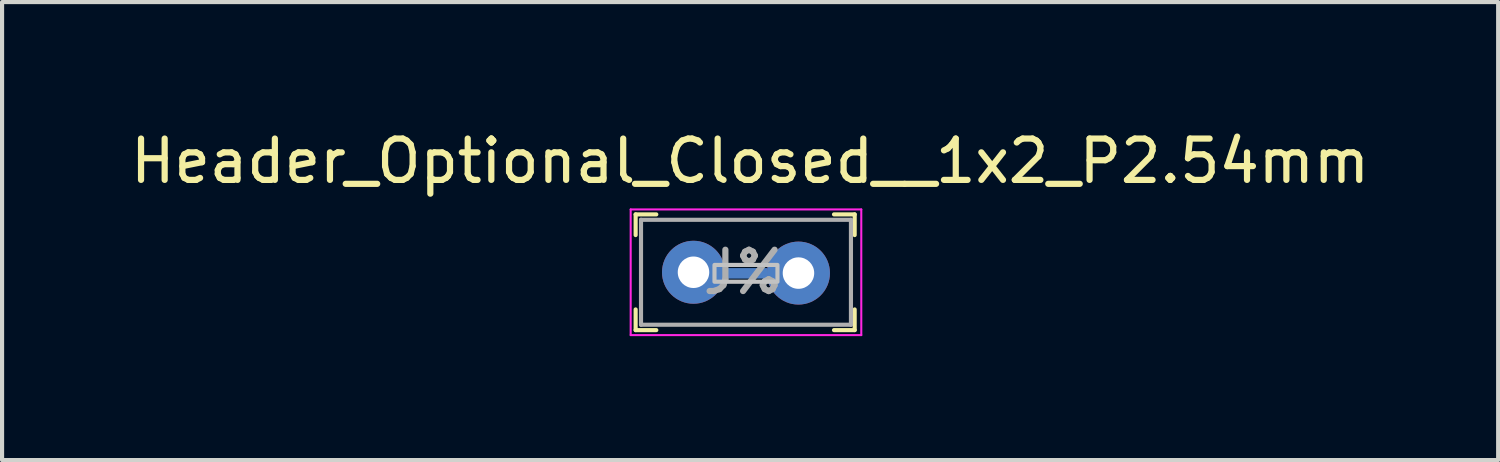
<source format=kicad_pcb>
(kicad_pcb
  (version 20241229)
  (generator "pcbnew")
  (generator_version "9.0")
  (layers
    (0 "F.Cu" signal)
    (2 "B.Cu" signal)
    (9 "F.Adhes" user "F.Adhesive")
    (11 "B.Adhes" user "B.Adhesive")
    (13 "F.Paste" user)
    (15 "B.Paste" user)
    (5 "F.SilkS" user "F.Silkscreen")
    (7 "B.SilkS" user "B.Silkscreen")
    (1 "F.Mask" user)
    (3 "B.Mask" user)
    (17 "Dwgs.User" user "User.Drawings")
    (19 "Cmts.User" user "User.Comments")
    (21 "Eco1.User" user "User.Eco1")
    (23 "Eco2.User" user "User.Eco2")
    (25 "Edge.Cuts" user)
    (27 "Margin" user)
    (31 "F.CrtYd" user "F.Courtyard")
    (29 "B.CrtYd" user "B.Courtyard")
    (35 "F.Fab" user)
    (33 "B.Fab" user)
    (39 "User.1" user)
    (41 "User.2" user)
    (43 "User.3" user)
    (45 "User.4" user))
  (footprint "Header_Optional_Closed__1x2_P2.54mm"
    (layer "F.Cu")
    (at 20.208 2.497)
    (property "Reference" "Header_Optional_Closed__1x2_P2.54mm" (at -5.107 -1.649 0) (layer "F.SilkS") (effects (font (size 1 1) (thickness 0.15))))
    (attr through_hole)
    (fp_line (start -7.877 -0.359) (end -7.877 0.141) (stroke (width 0.1) (type solid)) (layer "F.SilkS"))
    (fp_line (start -7.877 -0.359) (end -7.377 -0.359) (stroke (width 0.1) (type solid)) (layer "F.SilkS"))
    (fp_line (start -7.877 2.441) (end -7.877 1.941) (stroke (width 0.1) (type solid)) (layer "F.SilkS"))
    (fp_line (start -7.877 2.441) (end -7.377 2.441) (stroke (width 0.1) (type solid)) (layer "F.SilkS"))
    (fp_line (start -2.577 -0.359) (end -3.077 -0.359) (stroke (width 0.1) (type solid)) (layer "F.SilkS"))
    (fp_line (start -2.577 -0.359) (end -2.577 0.141) (stroke (width 0.1) (type solid)) (layer "F.SilkS"))
    (fp_line (start -2.577 2.441) (end -3.077 2.441) (stroke (width 0.1) (type solid)) (layer "F.SilkS"))
    (fp_line (start -2.577 2.441) (end -2.577 1.941) (stroke (width 0.1) (type solid)) (layer "F.SilkS"))
    (fp_poly (pts (xy -4.445 1.27) (xy -5.969 1.27) (xy -5.969 0.864) (xy -4.445 0.864)) (stroke (width 0.1) (type solid)) (fill no) (layer "Dwgs.User"))
    (fp_line (start -7.997 -0.479) (end -7.997 2.561) (stroke (width 0.05) (type solid)) (layer "F.CrtYd"))
    (fp_line (start -2.417 -0.479) (end -7.997 -0.479) (stroke (width 0.05) (type solid)) (layer "F.CrtYd"))
    (fp_line (start -2.417 -0.479) (end -2.417 2.561) (stroke (width 0.05) (type solid)) (layer "F.CrtYd"))
    (fp_line (start -2.417 2.561) (end -7.997 2.561) (stroke (width 0.05) (type solid)) (layer "F.CrtYd"))
    (fp_line (start -7.747 -0.229) (end -2.667 -0.229) (stroke (width 0.1) (type solid)) (layer "F.Fab"))
    (fp_line (start -7.747 2.311) (end -7.747 -0.229) (stroke (width 0.1) (type solid)) (layer "F.Fab"))
    (fp_line (start -7.747 2.311) (end -2.667 2.311) (stroke (width 0.1) (type solid)) (layer "F.Fab"))
    (fp_line (start -2.667 2.311) (end -2.667 -0.229) (stroke (width 0.1) (type solid)) (layer "F.Fab"))
    (fp_text user "J%" (at -5.277 1.041 0) (layer "F.Fab") (effects (font (size 1 1) (thickness 0.15))))
    (pad "1" thru_hole circle (at -6.477 1.041) (size 1.524 1.524) (drill 0.762) (layers "*.Cu" "*.Mask"))
    (pad "2" thru_hole circle (at -3.937 1.061) (size 1.524 1.524) (drill 0.762) (layers "*.Cu" "*.Mask"))
    (pad "3" connect rect (at -5.207 1.067) (size 1.041 0.254) (layers "B.Cu" "B.Mask")))
  (gr_rect
    (start -3 -3)
    (end 33.202 8.083)
    (stroke (width 0.1) (type default))
    (fill no)
    (layer "Edge.Cuts")))
</source>
